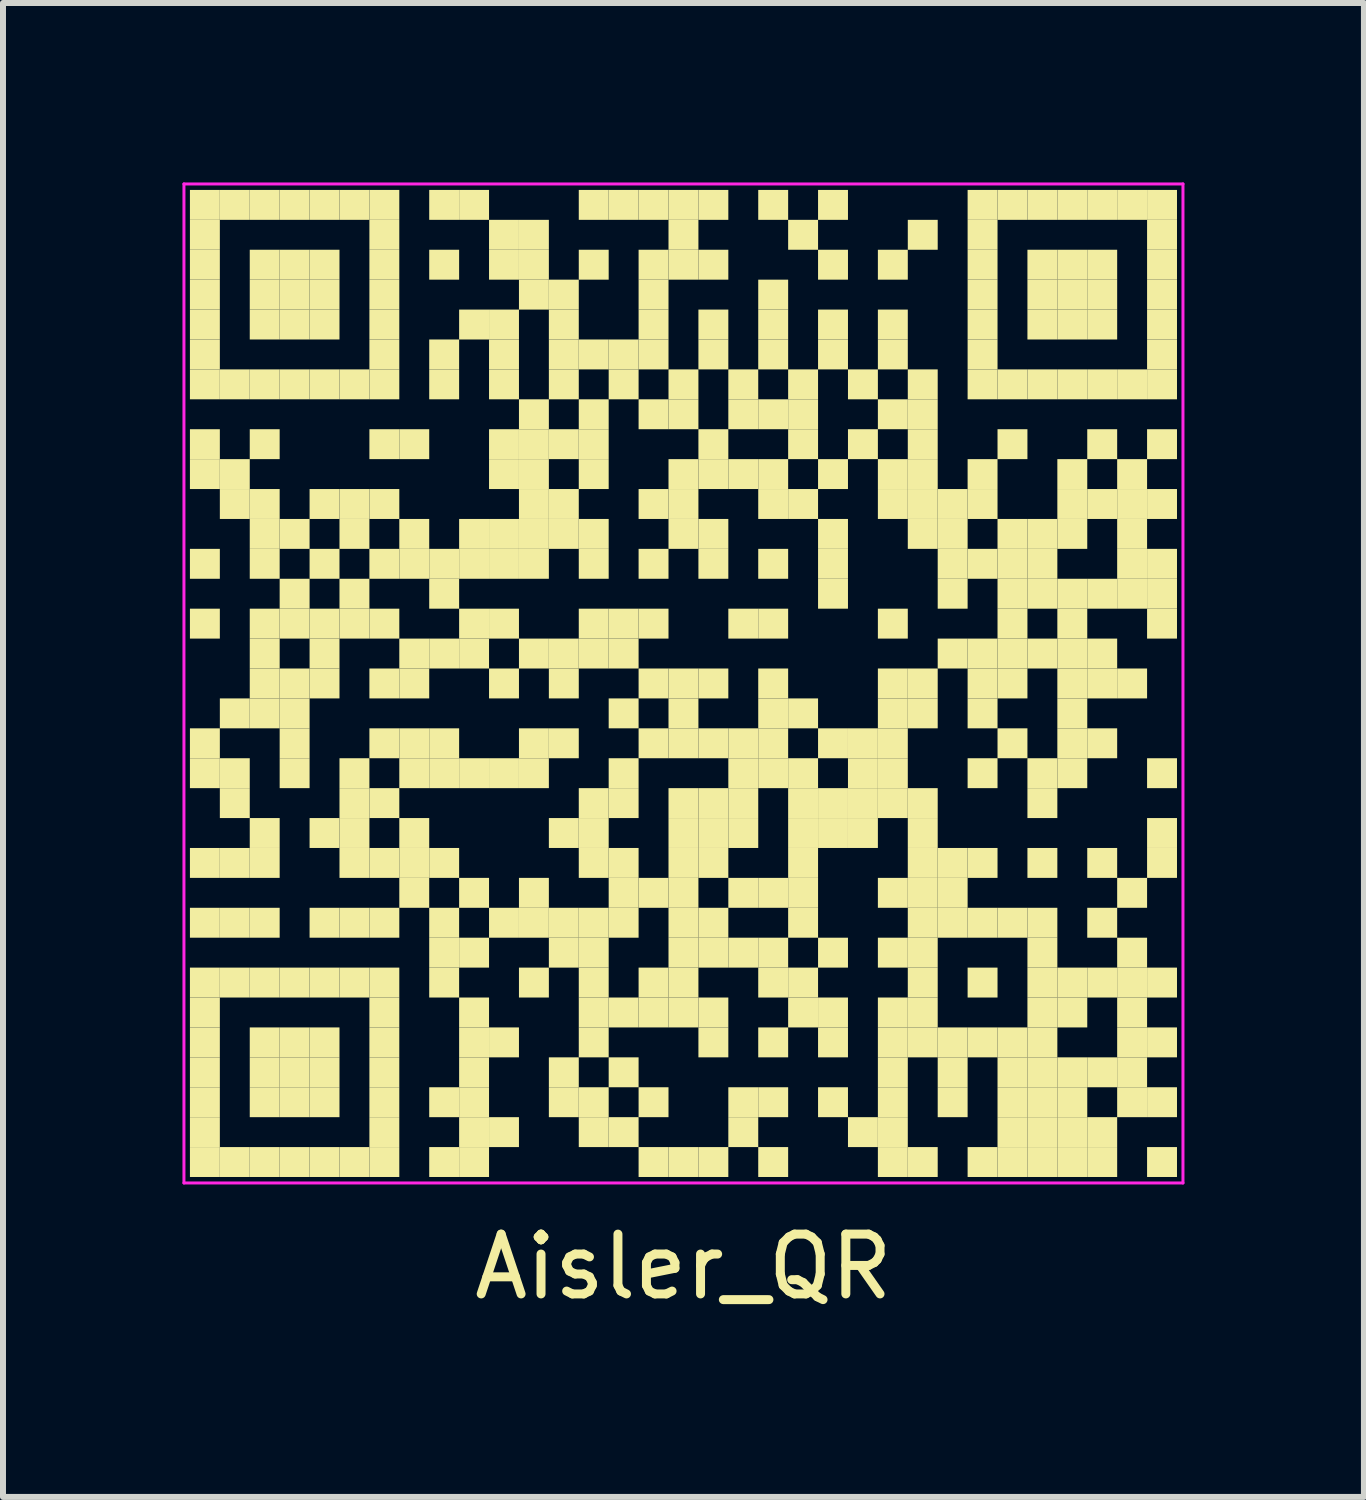
<source format=kicad_pcb>
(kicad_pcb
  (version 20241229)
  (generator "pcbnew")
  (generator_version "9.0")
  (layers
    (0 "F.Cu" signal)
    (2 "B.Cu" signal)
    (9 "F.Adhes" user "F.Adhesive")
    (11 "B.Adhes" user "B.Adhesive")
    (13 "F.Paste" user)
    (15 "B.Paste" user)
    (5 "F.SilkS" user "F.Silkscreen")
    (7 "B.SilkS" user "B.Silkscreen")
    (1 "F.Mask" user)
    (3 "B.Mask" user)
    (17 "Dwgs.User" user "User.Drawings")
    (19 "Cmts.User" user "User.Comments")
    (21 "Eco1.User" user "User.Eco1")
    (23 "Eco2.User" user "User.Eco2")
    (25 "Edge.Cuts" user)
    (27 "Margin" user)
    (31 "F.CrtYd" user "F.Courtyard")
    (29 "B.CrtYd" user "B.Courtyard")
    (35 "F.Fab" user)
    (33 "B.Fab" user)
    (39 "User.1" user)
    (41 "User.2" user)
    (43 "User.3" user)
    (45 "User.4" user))
  (footprint "Aisler_QR"
    (layer "F.Cu")
    (at 8.375 8.375)
    (property "Reference" "Aisler_QR" (at 0 9.75 0) (layer "F.SilkS") (effects (font (size 1 1) (thickness 0.15))))
    (fp_rect (start -8.25 -8.25) (end -7.75 -7.75) (stroke (width 0) (type solid)) (fill yes) (layer "F.SilkS"))
    (fp_rect (start -8.25 -7.75) (end -7.75 -7.25) (stroke (width 0) (type solid)) (fill yes) (layer "F.SilkS"))
    (fp_rect (start -8.25 -7.25) (end -7.75 -6.75) (stroke (width 0) (type solid)) (fill yes) (layer "F.SilkS"))
    (fp_rect (start -8.25 -6.75) (end -7.75 -6.25) (stroke (width 0) (type solid)) (fill yes) (layer "F.SilkS"))
    (fp_rect (start -8.25 -6.25) (end -7.75 -5.75) (stroke (width 0) (type solid)) (fill yes) (layer "F.SilkS"))
    (fp_rect (start -8.25 -5.75) (end -7.75 -5.25) (stroke (width 0) (type solid)) (fill yes) (layer "F.SilkS"))
    (fp_rect (start -8.25 -5.25) (end -7.75 -4.75) (stroke (width 0) (type solid)) (fill yes) (layer "F.SilkS"))
    (fp_rect (start -8.25 -4.25) (end -7.75 -3.75) (stroke (width 0) (type solid)) (fill yes) (layer "F.SilkS"))
    (fp_rect (start -8.25 -3.75) (end -7.75 -3.25) (stroke (width 0) (type solid)) (fill yes) (layer "F.SilkS"))
    (fp_rect (start -8.25 -2.25) (end -7.75 -1.75) (stroke (width 0) (type solid)) (fill yes) (layer "F.SilkS"))
    (fp_rect (start -8.25 -1.25) (end -7.75 -0.75) (stroke (width 0) (type solid)) (fill yes) (layer "F.SilkS"))
    (fp_rect (start -8.25 0.75) (end -7.75 1.25) (stroke (width 0) (type solid)) (fill yes) (layer "F.SilkS"))
    (fp_rect (start -8.25 1.25) (end -7.75 1.75) (stroke (width 0) (type solid)) (fill yes) (layer "F.SilkS"))
    (fp_rect (start -8.25 2.75) (end -7.75 3.25) (stroke (width 0) (type solid)) (fill yes) (layer "F.SilkS"))
    (fp_rect (start -8.25 3.75) (end -7.75 4.25) (stroke (width 0) (type solid)) (fill yes) (layer "F.SilkS"))
    (fp_rect (start -8.25 4.75) (end -7.75 5.25) (stroke (width 0) (type solid)) (fill yes) (layer "F.SilkS"))
    (fp_rect (start -8.25 5.25) (end -7.75 5.75) (stroke (width 0) (type solid)) (fill yes) (layer "F.SilkS"))
    (fp_rect (start -8.25 5.75) (end -7.75 6.25) (stroke (width 0) (type solid)) (fill yes) (layer "F.SilkS"))
    (fp_rect (start -8.25 6.25) (end -7.75 6.75) (stroke (width 0) (type solid)) (fill yes) (layer "F.SilkS"))
    (fp_rect (start -8.25 6.75) (end -7.75 7.25) (stroke (width 0) (type solid)) (fill yes) (layer "F.SilkS"))
    (fp_rect (start -8.25 7.25) (end -7.75 7.75) (stroke (width 0) (type solid)) (fill yes) (layer "F.SilkS"))
    (fp_rect (start -8.25 7.75) (end -7.75 8.25) (stroke (width 0) (type solid)) (fill yes) (layer "F.SilkS"))
    (fp_rect (start -7.75 -8.25) (end -7.25 -7.75) (stroke (width 0) (type solid)) (fill yes) (layer "F.SilkS"))
    (fp_rect (start -7.75 -5.25) (end -7.25 -4.75) (stroke (width 0) (type solid)) (fill yes) (layer "F.SilkS"))
    (fp_rect (start -7.75 -3.75) (end -7.25 -3.25) (stroke (width 0) (type solid)) (fill yes) (layer "F.SilkS"))
    (fp_rect (start -7.75 -3.25) (end -7.25 -2.75) (stroke (width 0) (type solid)) (fill yes) (layer "F.SilkS"))
    (fp_rect (start -7.75 0.25) (end -7.25 0.75) (stroke (width 0) (type solid)) (fill yes) (layer "F.SilkS"))
    (fp_rect (start -7.75 1.25) (end -7.25 1.75) (stroke (width 0) (type solid)) (fill yes) (layer "F.SilkS"))
    (fp_rect (start -7.75 1.75) (end -7.25 2.25) (stroke (width 0) (type solid)) (fill yes) (layer "F.SilkS"))
    (fp_rect (start -7.75 2.75) (end -7.25 3.25) (stroke (width 0) (type solid)) (fill yes) (layer "F.SilkS"))
    (fp_rect (start -7.75 3.75) (end -7.25 4.25) (stroke (width 0) (type solid)) (fill yes) (layer "F.SilkS"))
    (fp_rect (start -7.75 4.75) (end -7.25 5.25) (stroke (width 0) (type solid)) (fill yes) (layer "F.SilkS"))
    (fp_rect (start -7.75 7.75) (end -7.25 8.25) (stroke (width 0) (type solid)) (fill yes) (layer "F.SilkS"))
    (fp_rect (start -7.25 -8.25) (end -6.75 -7.75) (stroke (width 0) (type solid)) (fill yes) (layer "F.SilkS"))
    (fp_rect (start -7.25 -7.25) (end -6.75 -6.75) (stroke (width 0) (type solid)) (fill yes) (layer "F.SilkS"))
    (fp_rect (start -7.25 -6.75) (end -6.75 -6.25) (stroke (width 0) (type solid)) (fill yes) (layer "F.SilkS"))
    (fp_rect (start -7.25 -6.25) (end -6.75 -5.75) (stroke (width 0) (type solid)) (fill yes) (layer "F.SilkS"))
    (fp_rect (start -7.25 -5.25) (end -6.75 -4.75) (stroke (width 0) (type solid)) (fill yes) (layer "F.SilkS"))
    (fp_rect (start -7.25 -4.25) (end -6.75 -3.75) (stroke (width 0) (type solid)) (fill yes) (layer "F.SilkS"))
    (fp_rect (start -7.25 -3.25) (end -6.75 -2.75) (stroke (width 0) (type solid)) (fill yes) (layer "F.SilkS"))
    (fp_rect (start -7.25 -2.75) (end -6.75 -2.25) (stroke (width 0) (type solid)) (fill yes) (layer "F.SilkS"))
    (fp_rect (start -7.25 -2.25) (end -6.75 -1.75) (stroke (width 0) (type solid)) (fill yes) (layer "F.SilkS"))
    (fp_rect (start -7.25 -1.25) (end -6.75 -0.75) (stroke (width 0) (type solid)) (fill yes) (layer "F.SilkS"))
    (fp_rect (start -7.25 -0.75) (end -6.75 -0.25) (stroke (width 0) (type solid)) (fill yes) (layer "F.SilkS"))
    (fp_rect (start -7.25 -0.25) (end -6.75 0.25) (stroke (width 0) (type solid)) (fill yes) (layer "F.SilkS"))
    (fp_rect (start -7.25 0.25) (end -6.75 0.75) (stroke (width 0) (type solid)) (fill yes) (layer "F.SilkS"))
    (fp_rect (start -7.25 2.25) (end -6.75 2.75) (stroke (width 0) (type solid)) (fill yes) (layer "F.SilkS"))
    (fp_rect (start -7.25 2.75) (end -6.75 3.25) (stroke (width 0) (type solid)) (fill yes) (layer "F.SilkS"))
    (fp_rect (start -7.25 3.75) (end -6.75 4.25) (stroke (width 0) (type solid)) (fill yes) (layer "F.SilkS"))
    (fp_rect (start -7.25 4.75) (end -6.75 5.25) (stroke (width 0) (type solid)) (fill yes) (layer "F.SilkS"))
    (fp_rect (start -7.25 5.75) (end -6.75 6.25) (stroke (width 0) (type solid)) (fill yes) (layer "F.SilkS"))
    (fp_rect (start -7.25 6.25) (end -6.75 6.75) (stroke (width 0) (type solid)) (fill yes) (layer "F.SilkS"))
    (fp_rect (start -7.25 6.75) (end -6.75 7.25) (stroke (width 0) (type solid)) (fill yes) (layer "F.SilkS"))
    (fp_rect (start -7.25 7.75) (end -6.75 8.25) (stroke (width 0) (type solid)) (fill yes) (layer "F.SilkS"))
    (fp_rect (start -6.75 -8.25) (end -6.25 -7.75) (stroke (width 0) (type solid)) (fill yes) (layer "F.SilkS"))
    (fp_rect (start -6.75 -7.25) (end -6.25 -6.75) (stroke (width 0) (type solid)) (fill yes) (layer "F.SilkS"))
    (fp_rect (start -6.75 -6.75) (end -6.25 -6.25) (stroke (width 0) (type solid)) (fill yes) (layer "F.SilkS"))
    (fp_rect (start -6.75 -6.25) (end -6.25 -5.75) (stroke (width 0) (type solid)) (fill yes) (layer "F.SilkS"))
    (fp_rect (start -6.75 -5.25) (end -6.25 -4.75) (stroke (width 0) (type solid)) (fill yes) (layer "F.SilkS"))
    (fp_rect (start -6.75 -2.75) (end -6.25 -2.25) (stroke (width 0) (type solid)) (fill yes) (layer "F.SilkS"))
    (fp_rect (start -6.75 -1.75) (end -6.25 -1.25) (stroke (width 0) (type solid)) (fill yes) (layer "F.SilkS"))
    (fp_rect (start -6.75 -1.25) (end -6.25 -0.75) (stroke (width 0) (type solid)) (fill yes) (layer "F.SilkS"))
    (fp_rect (start -6.75 -0.25) (end -6.25 0.25) (stroke (width 0) (type solid)) (fill yes) (layer "F.SilkS"))
    (fp_rect (start -6.75 0.25) (end -6.25 0.75) (stroke (width 0) (type solid)) (fill yes) (layer "F.SilkS"))
    (fp_rect (start -6.75 0.75) (end -6.25 1.25) (stroke (width 0) (type solid)) (fill yes) (layer "F.SilkS"))
    (fp_rect (start -6.75 1.25) (end -6.25 1.75) (stroke (width 0) (type solid)) (fill yes) (layer "F.SilkS"))
    (fp_rect (start -6.75 4.75) (end -6.25 5.25) (stroke (width 0) (type solid)) (fill yes) (layer "F.SilkS"))
    (fp_rect (start -6.75 5.75) (end -6.25 6.25) (stroke (width 0) (type solid)) (fill yes) (layer "F.SilkS"))
    (fp_rect (start -6.75 6.25) (end -6.25 6.75) (stroke (width 0) (type solid)) (fill yes) (layer "F.SilkS"))
    (fp_rect (start -6.75 6.75) (end -6.25 7.25) (stroke (width 0) (type solid)) (fill yes) (layer "F.SilkS"))
    (fp_rect (start -6.75 7.75) (end -6.25 8.25) (stroke (width 0) (type solid)) (fill yes) (layer "F.SilkS"))
    (fp_rect (start -6.25 -8.25) (end -5.75 -7.75) (stroke (width 0) (type solid)) (fill yes) (layer "F.SilkS"))
    (fp_rect (start -6.25 -7.25) (end -5.75 -6.75) (stroke (width 0) (type solid)) (fill yes) (layer "F.SilkS"))
    (fp_rect (start -6.25 -6.75) (end -5.75 -6.25) (stroke (width 0) (type solid)) (fill yes) (layer "F.SilkS"))
    (fp_rect (start -6.25 -6.25) (end -5.75 -5.75) (stroke (width 0) (type solid)) (fill yes) (layer "F.SilkS"))
    (fp_rect (start -6.25 -5.25) (end -5.75 -4.75) (stroke (width 0) (type solid)) (fill yes) (layer "F.SilkS"))
    (fp_rect (start -6.25 -3.25) (end -5.75 -2.75) (stroke (width 0) (type solid)) (fill yes) (layer "F.SilkS"))
    (fp_rect (start -6.25 -2.25) (end -5.75 -1.75) (stroke (width 0) (type solid)) (fill yes) (layer "F.SilkS"))
    (fp_rect (start -6.25 -1.25) (end -5.75 -0.75) (stroke (width 0) (type solid)) (fill yes) (layer "F.SilkS"))
    (fp_rect (start -6.25 -0.75) (end -5.75 -0.25) (stroke (width 0) (type solid)) (fill yes) (layer "F.SilkS"))
    (fp_rect (start -6.25 -0.25) (end -5.75 0.25) (stroke (width 0) (type solid)) (fill yes) (layer "F.SilkS"))
    (fp_rect (start -6.25 2.25) (end -5.75 2.75) (stroke (width 0) (type solid)) (fill yes) (layer "F.SilkS"))
    (fp_rect (start -6.25 3.75) (end -5.75 4.25) (stroke (width 0) (type solid)) (fill yes) (layer "F.SilkS"))
    (fp_rect (start -6.25 4.75) (end -5.75 5.25) (stroke (width 0) (type solid)) (fill yes) (layer "F.SilkS"))
    (fp_rect (start -6.25 5.75) (end -5.75 6.25) (stroke (width 0) (type solid)) (fill yes) (layer "F.SilkS"))
    (fp_rect (start -6.25 6.25) (end -5.75 6.75) (stroke (width 0) (type solid)) (fill yes) (layer "F.SilkS"))
    (fp_rect (start -6.25 6.75) (end -5.75 7.25) (stroke (width 0) (type solid)) (fill yes) (layer "F.SilkS"))
    (fp_rect (start -6.25 7.75) (end -5.75 8.25) (stroke (width 0) (type solid)) (fill yes) (layer "F.SilkS"))
    (fp_rect (start -5.75 -8.25) (end -5.25 -7.75) (stroke (width 0) (type solid)) (fill yes) (layer "F.SilkS"))
    (fp_rect (start -5.75 -5.25) (end -5.25 -4.75) (stroke (width 0) (type solid)) (fill yes) (layer "F.SilkS"))
    (fp_rect (start -5.75 -3.25) (end -5.25 -2.75) (stroke (width 0) (type solid)) (fill yes) (layer "F.SilkS"))
    (fp_rect (start -5.75 -2.75) (end -5.25 -2.25) (stroke (width 0) (type solid)) (fill yes) (layer "F.SilkS"))
    (fp_rect (start -5.75 -1.75) (end -5.25 -1.25) (stroke (width 0) (type solid)) (fill yes) (layer "F.SilkS"))
    (fp_rect (start -5.75 -1.25) (end -5.25 -0.75) (stroke (width 0) (type solid)) (fill yes) (layer "F.SilkS"))
    (fp_rect (start -5.75 1.25) (end -5.25 1.75) (stroke (width 0) (type solid)) (fill yes) (layer "F.SilkS"))
    (fp_rect (start -5.75 1.75) (end -5.25 2.25) (stroke (width 0) (type solid)) (fill yes) (layer "F.SilkS"))
    (fp_rect (start -5.75 2.25) (end -5.25 2.75) (stroke (width 0) (type solid)) (fill yes) (layer "F.SilkS"))
    (fp_rect (start -5.75 2.75) (end -5.25 3.25) (stroke (width 0) (type solid)) (fill yes) (layer "F.SilkS"))
    (fp_rect (start -5.75 3.75) (end -5.25 4.25) (stroke (width 0) (type solid)) (fill yes) (layer "F.SilkS"))
    (fp_rect (start -5.75 4.75) (end -5.25 5.25) (stroke (width 0) (type solid)) (fill yes) (layer "F.SilkS"))
    (fp_rect (start -5.75 7.75) (end -5.25 8.25) (stroke (width 0) (type solid)) (fill yes) (layer "F.SilkS"))
    (fp_rect (start -5.25 -8.25) (end -4.75 -7.75) (stroke (width 0) (type solid)) (fill yes) (layer "F.SilkS"))
    (fp_rect (start -5.25 -7.75) (end -4.75 -7.25) (stroke (width 0) (type solid)) (fill yes) (layer "F.SilkS"))
    (fp_rect (start -5.25 -7.25) (end -4.75 -6.75) (stroke (width 0) (type solid)) (fill yes) (layer "F.SilkS"))
    (fp_rect (start -5.25 -6.75) (end -4.75 -6.25) (stroke (width 0) (type solid)) (fill yes) (layer "F.SilkS"))
    (fp_rect (start -5.25 -6.25) (end -4.75 -5.75) (stroke (width 0) (type solid)) (fill yes) (layer "F.SilkS"))
    (fp_rect (start -5.25 -5.75) (end -4.75 -5.25) (stroke (width 0) (type solid)) (fill yes) (layer "F.SilkS"))
    (fp_rect (start -5.25 -5.25) (end -4.75 -4.75) (stroke (width 0) (type solid)) (fill yes) (layer "F.SilkS"))
    (fp_rect (start -5.25 -4.25) (end -4.75 -3.75) (stroke (width 0) (type solid)) (fill yes) (layer "F.SilkS"))
    (fp_rect (start -5.25 -3.25) (end -4.75 -2.75) (stroke (width 0) (type solid)) (fill yes) (layer "F.SilkS"))
    (fp_rect (start -5.25 -2.25) (end -4.75 -1.75) (stroke (width 0) (type solid)) (fill yes) (layer "F.SilkS"))
    (fp_rect (start -5.25 -1.25) (end -4.75 -0.75) (stroke (width 0) (type solid)) (fill yes) (layer "F.SilkS"))
    (fp_rect (start -5.25 -0.25) (end -4.75 0.25) (stroke (width 0) (type solid)) (fill yes) (layer "F.SilkS"))
    (fp_rect (start -5.25 0.75) (end -4.75 1.25) (stroke (width 0) (type solid)) (fill yes) (layer "F.SilkS"))
    (fp_rect (start -5.25 1.75) (end -4.75 2.25) (stroke (width 0) (type solid)) (fill yes) (layer "F.SilkS"))
    (fp_rect (start -5.25 2.75) (end -4.75 3.25) (stroke (width 0) (type solid)) (fill yes) (layer "F.SilkS"))
    (fp_rect (start -5.25 3.75) (end -4.75 4.25) (stroke (width 0) (type solid)) (fill yes) (layer "F.SilkS"))
    (fp_rect (start -5.25 4.75) (end -4.75 5.25) (stroke (width 0) (type solid)) (fill yes) (layer "F.SilkS"))
    (fp_rect (start -5.25 5.25) (end -4.75 5.75) (stroke (width 0) (type solid)) (fill yes) (layer "F.SilkS"))
    (fp_rect (start -5.25 5.75) (end -4.75 6.25) (stroke (width 0) (type solid)) (fill yes) (layer "F.SilkS"))
    (fp_rect (start -5.25 6.25) (end -4.75 6.75) (stroke (width 0) (type solid)) (fill yes) (layer "F.SilkS"))
    (fp_rect (start -5.25 6.75) (end -4.75 7.25) (stroke (width 0) (type solid)) (fill yes) (layer "F.SilkS"))
    (fp_rect (start -5.25 7.25) (end -4.75 7.75) (stroke (width 0) (type solid)) (fill yes) (layer "F.SilkS"))
    (fp_rect (start -5.25 7.75) (end -4.75 8.25) (stroke (width 0) (type solid)) (fill yes) (layer "F.SilkS"))
    (fp_rect (start -4.75 -4.25) (end -4.25 -3.75) (stroke (width 0) (type solid)) (fill yes) (layer "F.SilkS"))
    (fp_rect (start -4.75 -2.75) (end -4.25 -2.25) (stroke (width 0) (type solid)) (fill yes) (layer "F.SilkS"))
    (fp_rect (start -4.75 -2.25) (end -4.25 -1.75) (stroke (width 0) (type solid)) (fill yes) (layer "F.SilkS"))
    (fp_rect (start -4.75 -0.75) (end -4.25 -0.25) (stroke (width 0) (type solid)) (fill yes) (layer "F.SilkS"))
    (fp_rect (start -4.75 -0.25) (end -4.25 0.25) (stroke (width 0) (type solid)) (fill yes) (layer "F.SilkS"))
    (fp_rect (start -4.75 0.75) (end -4.25 1.25) (stroke (width 0) (type solid)) (fill yes) (layer "F.SilkS"))
    (fp_rect (start -4.75 1.25) (end -4.25 1.75) (stroke (width 0) (type solid)) (fill yes) (layer "F.SilkS"))
    (fp_rect (start -4.75 2.25) (end -4.25 2.75) (stroke (width 0) (type solid)) (fill yes) (layer "F.SilkS"))
    (fp_rect (start -4.75 2.75) (end -4.25 3.25) (stroke (width 0) (type solid)) (fill yes) (layer "F.SilkS"))
    (fp_rect (start -4.75 3.25) (end -4.25 3.75) (stroke (width 0) (type solid)) (fill yes) (layer "F.SilkS"))
    (fp_rect (start -4.25 -8.25) (end -3.75 -7.75) (stroke (width 0) (type solid)) (fill yes) (layer "F.SilkS"))
    (fp_rect (start -4.25 -7.25) (end -3.75 -6.75) (stroke (width 0) (type solid)) (fill yes) (layer "F.SilkS"))
    (fp_rect (start -4.25 -5.75) (end -3.75 -5.25) (stroke (width 0) (type solid)) (fill yes) (layer "F.SilkS"))
    (fp_rect (start -4.25 -5.25) (end -3.75 -4.75) (stroke (width 0) (type solid)) (fill yes) (layer "F.SilkS"))
    (fp_rect (start -4.25 -2.25) (end -3.75 -1.75) (stroke (width 0) (type solid)) (fill yes) (layer "F.SilkS"))
    (fp_rect (start -4.25 -1.75) (end -3.75 -1.25) (stroke (width 0) (type solid)) (fill yes) (layer "F.SilkS"))
    (fp_rect (start -4.25 -0.75) (end -3.75 -0.25) (stroke (width 0) (type solid)) (fill yes) (layer "F.SilkS"))
    (fp_rect (start -4.25 0.75) (end -3.75 1.25) (stroke (width 0) (type solid)) (fill yes) (layer "F.SilkS"))
    (fp_rect (start -4.25 1.25) (end -3.75 1.75) (stroke (width 0) (type solid)) (fill yes) (layer "F.SilkS"))
    (fp_rect (start -4.25 2.75) (end -3.75 3.25) (stroke (width 0) (type solid)) (fill yes) (layer "F.SilkS"))
    (fp_rect (start -4.25 3.75) (end -3.75 4.25) (stroke (width 0) (type solid)) (fill yes) (layer "F.SilkS"))
    (fp_rect (start -4.25 4.25) (end -3.75 4.75) (stroke (width 0) (type solid)) (fill yes) (layer "F.SilkS"))
    (fp_rect (start -4.25 4.75) (end -3.75 5.25) (stroke (width 0) (type solid)) (fill yes) (layer "F.SilkS"))
    (fp_rect (start -4.25 6.75) (end -3.75 7.25) (stroke (width 0) (type solid)) (fill yes) (layer "F.SilkS"))
    (fp_rect (start -4.25 7.75) (end -3.75 8.25) (stroke (width 0) (type solid)) (fill yes) (layer "F.SilkS"))
    (fp_rect (start -3.75 -8.25) (end -3.25 -7.75) (stroke (width 0) (type solid)) (fill yes) (layer "F.SilkS"))
    (fp_rect (start -3.75 -6.25) (end -3.25 -5.75) (stroke (width 0) (type solid)) (fill yes) (layer "F.SilkS"))
    (fp_rect (start -3.75 -2.75) (end -3.25 -2.25) (stroke (width 0) (type solid)) (fill yes) (layer "F.SilkS"))
    (fp_rect (start -3.75 -2.25) (end -3.25 -1.75) (stroke (width 0) (type solid)) (fill yes) (layer "F.SilkS"))
    (fp_rect (start -3.75 -1.25) (end -3.25 -0.75) (stroke (width 0) (type solid)) (fill yes) (layer "F.SilkS"))
    (fp_rect (start -3.75 -0.75) (end -3.25 -0.25) (stroke (width 0) (type solid)) (fill yes) (layer "F.SilkS"))
    (fp_rect (start -3.75 1.25) (end -3.25 1.75) (stroke (width 0) (type solid)) (fill yes) (layer "F.SilkS"))
    (fp_rect (start -3.75 3.25) (end -3.25 3.75) (stroke (width 0) (type solid)) (fill yes) (layer "F.SilkS"))
    (fp_rect (start -3.75 4.25) (end -3.25 4.75) (stroke (width 0) (type solid)) (fill yes) (layer "F.SilkS"))
    (fp_rect (start -3.75 5.25) (end -3.25 5.75) (stroke (width 0) (type solid)) (fill yes) (layer "F.SilkS"))
    (fp_rect (start -3.75 5.75) (end -3.25 6.25) (stroke (width 0) (type solid)) (fill yes) (layer "F.SilkS"))
    (fp_rect (start -3.75 6.25) (end -3.25 6.75) (stroke (width 0) (type solid)) (fill yes) (layer "F.SilkS"))
    (fp_rect (start -3.75 6.75) (end -3.25 7.25) (stroke (width 0) (type solid)) (fill yes) (layer "F.SilkS"))
    (fp_rect (start -3.75 7.25) (end -3.25 7.75) (stroke (width 0) (type solid)) (fill yes) (layer "F.SilkS"))
    (fp_rect (start -3.75 7.75) (end -3.25 8.25) (stroke (width 0) (type solid)) (fill yes) (layer "F.SilkS"))
    (fp_rect (start -3.25 -7.75) (end -2.75 -7.25) (stroke (width 0) (type solid)) (fill yes) (layer "F.SilkS"))
    (fp_rect (start -3.25 -7.25) (end -2.75 -6.75) (stroke (width 0) (type solid)) (fill yes) (layer "F.SilkS"))
    (fp_rect (start -3.25 -6.25) (end -2.75 -5.75) (stroke (width 0) (type solid)) (fill yes) (layer "F.SilkS"))
    (fp_rect (start -3.25 -5.75) (end -2.75 -5.25) (stroke (width 0) (type solid)) (fill yes) (layer "F.SilkS"))
    (fp_rect (start -3.25 -5.25) (end -2.75 -4.75) (stroke (width 0) (type solid)) (fill yes) (layer "F.SilkS"))
    (fp_rect (start -3.25 -4.25) (end -2.75 -3.75) (stroke (width 0) (type solid)) (fill yes) (layer "F.SilkS"))
    (fp_rect (start -3.25 -3.75) (end -2.75 -3.25) (stroke (width 0) (type solid)) (fill yes) (layer "F.SilkS"))
    (fp_rect (start -3.25 -2.75) (end -2.75 -2.25) (stroke (width 0) (type solid)) (fill yes) (layer "F.SilkS"))
    (fp_rect (start -3.25 -2.25) (end -2.75 -1.75) (stroke (width 0) (type solid)) (fill yes) (layer "F.SilkS"))
    (fp_rect (start -3.25 -1.25) (end -2.75 -0.75) (stroke (width 0) (type solid)) (fill yes) (layer "F.SilkS"))
    (fp_rect (start -3.25 -0.25) (end -2.75 0.25) (stroke (width 0) (type solid)) (fill yes) (layer "F.SilkS"))
    (fp_rect (start -3.25 1.25) (end -2.75 1.75) (stroke (width 0) (type solid)) (fill yes) (layer "F.SilkS"))
    (fp_rect (start -3.25 3.75) (end -2.75 4.25) (stroke (width 0) (type solid)) (fill yes) (layer "F.SilkS"))
    (fp_rect (start -3.25 5.75) (end -2.75 6.25) (stroke (width 0) (type solid)) (fill yes) (layer "F.SilkS"))
    (fp_rect (start -3.25 7.25) (end -2.75 7.75) (stroke (width 0) (type solid)) (fill yes) (layer "F.SilkS"))
    (fp_rect (start -2.75 -7.75) (end -2.25 -7.25) (stroke (width 0) (type solid)) (fill yes) (layer "F.SilkS"))
    (fp_rect (start -2.75 -7.25) (end -2.25 -6.75) (stroke (width 0) (type solid)) (fill yes) (layer "F.SilkS"))
    (fp_rect (start -2.75 -6.75) (end -2.25 -6.25) (stroke (width 0) (type solid)) (fill yes) (layer "F.SilkS"))
    (fp_rect (start -2.75 -4.75) (end -2.25 -4.25) (stroke (width 0) (type solid)) (fill yes) (layer "F.SilkS"))
    (fp_rect (start -2.75 -4.25) (end -2.25 -3.75) (stroke (width 0) (type solid)) (fill yes) (layer "F.SilkS"))
    (fp_rect (start -2.75 -3.75) (end -2.25 -3.25) (stroke (width 0) (type solid)) (fill yes) (layer "F.SilkS"))
    (fp_rect (start -2.75 -3.25) (end -2.25 -2.75) (stroke (width 0) (type solid)) (fill yes) (layer "F.SilkS"))
    (fp_rect (start -2.75 -2.75) (end -2.25 -2.25) (stroke (width 0) (type solid)) (fill yes) (layer "F.SilkS"))
    (fp_rect (start -2.75 -2.25) (end -2.25 -1.75) (stroke (width 0) (type solid)) (fill yes) (layer "F.SilkS"))
    (fp_rect (start -2.75 -0.75) (end -2.25 -0.25) (stroke (width 0) (type solid)) (fill yes) (layer "F.SilkS"))
    (fp_rect (start -2.75 0.75) (end -2.25 1.25) (stroke (width 0) (type solid)) (fill yes) (layer "F.SilkS"))
    (fp_rect (start -2.75 1.25) (end -2.25 1.75) (stroke (width 0) (type solid)) (fill yes) (layer "F.SilkS"))
    (fp_rect (start -2.75 3.25) (end -2.25 3.75) (stroke (width 0) (type solid)) (fill yes) (layer "F.SilkS"))
    (fp_rect (start -2.75 3.75) (end -2.25 4.25) (stroke (width 0) (type solid)) (fill yes) (layer "F.SilkS"))
    (fp_rect (start -2.75 4.75) (end -2.25 5.25) (stroke (width 0) (type solid)) (fill yes) (layer "F.SilkS"))
    (fp_rect (start -2.25 -6.75) (end -1.75 -6.25) (stroke (width 0) (type solid)) (fill yes) (layer "F.SilkS"))
    (fp_rect (start -2.25 -6.25) (end -1.75 -5.75) (stroke (width 0) (type solid)) (fill yes) (layer "F.SilkS"))
    (fp_rect (start -2.25 -5.75) (end -1.75 -5.25) (stroke (width 0) (type solid)) (fill yes) (layer "F.SilkS"))
    (fp_rect (start -2.25 -5.25) (end -1.75 -4.75) (stroke (width 0) (type solid)) (fill yes) (layer "F.SilkS"))
    (fp_rect (start -2.25 -4.25) (end -1.75 -3.75) (stroke (width 0) (type solid)) (fill yes) (layer "F.SilkS"))
    (fp_rect (start -2.25 -3.25) (end -1.75 -2.75) (stroke (width 0) (type solid)) (fill yes) (layer "F.SilkS"))
    (fp_rect (start -2.25 -2.75) (end -1.75 -2.25) (stroke (width 0) (type solid)) (fill yes) (layer "F.SilkS"))
    (fp_rect (start -2.25 -0.75) (end -1.75 -0.25) (stroke (width 0) (type solid)) (fill yes) (layer "F.SilkS"))
    (fp_rect (start -2.25 -0.25) (end -1.75 0.25) (stroke (width 0) (type solid)) (fill yes) (layer "F.SilkS"))
    (fp_rect (start -2.25 0.75) (end -1.75 1.25) (stroke (width 0) (type solid)) (fill yes) (layer "F.SilkS"))
    (fp_rect (start -2.25 2.25) (end -1.75 2.75) (stroke (width 0) (type solid)) (fill yes) (layer "F.SilkS"))
    (fp_rect (start -2.25 3.75) (end -1.75 4.25) (stroke (width 0) (type solid)) (fill yes) (layer "F.SilkS"))
    (fp_rect (start -2.25 4.25) (end -1.75 4.75) (stroke (width 0) (type solid)) (fill yes) (layer "F.SilkS"))
    (fp_rect (start -2.25 6.25) (end -1.75 6.75) (stroke (width 0) (type solid)) (fill yes) (layer "F.SilkS"))
    (fp_rect (start -2.25 6.75) (end -1.75 7.25) (stroke (width 0) (type solid)) (fill yes) (layer "F.SilkS"))
    (fp_rect (start -1.75 -8.25) (end -1.25 -7.75) (stroke (width 0) (type solid)) (fill yes) (layer "F.SilkS"))
    (fp_rect (start -1.75 -7.25) (end -1.25 -6.75) (stroke (width 0) (type solid)) (fill yes) (layer "F.SilkS"))
    (fp_rect (start -1.75 -5.75) (end -1.25 -5.25) (stroke (width 0) (type solid)) (fill yes) (layer "F.SilkS"))
    (fp_rect (start -1.75 -4.75) (end -1.25 -4.25) (stroke (width 0) (type solid)) (fill yes) (layer "F.SilkS"))
    (fp_rect (start -1.75 -4.25) (end -1.25 -3.75) (stroke (width 0) (type solid)) (fill yes) (layer "F.SilkS"))
    (fp_rect (start -1.75 -3.75) (end -1.25 -3.25) (stroke (width 0) (type solid)) (fill yes) (layer "F.SilkS"))
    (fp_rect (start -1.75 -2.75) (end -1.25 -2.25) (stroke (width 0) (type solid)) (fill yes) (layer "F.SilkS"))
    (fp_rect (start -1.75 -2.25) (end -1.25 -1.75) (stroke (width 0) (type solid)) (fill yes) (layer "F.SilkS"))
    (fp_rect (start -1.75 -1.25) (end -1.25 -0.75) (stroke (width 0) (type solid)) (fill yes) (layer "F.SilkS"))
    (fp_rect (start -1.75 -0.75) (end -1.25 -0.25) (stroke (width 0) (type solid)) (fill yes) (layer "F.SilkS"))
    (fp_rect (start -1.75 1.75) (end -1.25 2.25) (stroke (width 0) (type solid)) (fill yes) (layer "F.SilkS"))
    (fp_rect (start -1.75 2.25) (end -1.25 2.75) (stroke (width 0) (type solid)) (fill yes) (layer "F.SilkS"))
    (fp_rect (start -1.75 2.75) (end -1.25 3.25) (stroke (width 0) (type solid)) (fill yes) (layer "F.SilkS"))
    (fp_rect (start -1.75 3.75) (end -1.25 4.25) (stroke (width 0) (type solid)) (fill yes) (layer "F.SilkS"))
    (fp_rect (start -1.75 4.25) (end -1.25 4.75) (stroke (width 0) (type solid)) (fill yes) (layer "F.SilkS"))
    (fp_rect (start -1.75 4.75) (end -1.25 5.25) (stroke (width 0) (type solid)) (fill yes) (layer "F.SilkS"))
    (fp_rect (start -1.75 5.25) (end -1.25 5.75) (stroke (width 0) (type solid)) (fill yes) (layer "F.SilkS"))
    (fp_rect (start -1.75 5.75) (end -1.25 6.25) (stroke (width 0) (type solid)) (fill yes) (layer "F.SilkS"))
    (fp_rect (start -1.75 6.75) (end -1.25 7.25) (stroke (width 0) (type solid)) (fill yes) (layer "F.SilkS"))
    (fp_rect (start -1.75 7.25) (end -1.25 7.75) (stroke (width 0) (type solid)) (fill yes) (layer "F.SilkS"))
    (fp_rect (start -1.25 -8.25) (end -0.75 -7.75) (stroke (width 0) (type solid)) (fill yes) (layer "F.SilkS"))
    (fp_rect (start -1.25 -5.75) (end -0.75 -5.25) (stroke (width 0) (type solid)) (fill yes) (layer "F.SilkS"))
    (fp_rect (start -1.25 -5.25) (end -0.75 -4.75) (stroke (width 0) (type solid)) (fill yes) (layer "F.SilkS"))
    (fp_rect (start -1.25 -1.25) (end -0.75 -0.75) (stroke (width 0) (type solid)) (fill yes) (layer "F.SilkS"))
    (fp_rect (start -1.25 -0.75) (end -0.75 -0.25) (stroke (width 0) (type solid)) (fill yes) (layer "F.SilkS"))
    (fp_rect (start -1.25 0.25) (end -0.75 0.75) (stroke (width 0) (type solid)) (fill yes) (layer "F.SilkS"))
    (fp_rect (start -1.25 1.25) (end -0.75 1.75) (stroke (width 0) (type solid)) (fill yes) (layer "F.SilkS"))
    (fp_rect (start -1.25 1.75) (end -0.75 2.25) (stroke (width 0) (type solid)) (fill yes) (layer "F.SilkS"))
    (fp_rect (start -1.25 2.75) (end -0.75 3.25) (stroke (width 0) (type solid)) (fill yes) (layer "F.SilkS"))
    (fp_rect (start -1.25 3.25) (end -0.75 3.75) (stroke (width 0) (type solid)) (fill yes) (layer "F.SilkS"))
    (fp_rect (start -1.25 3.75) (end -0.75 4.25) (stroke (width 0) (type solid)) (fill yes) (layer "F.SilkS"))
    (fp_rect (start -1.25 5.25) (end -0.75 5.75) (stroke (width 0) (type solid)) (fill yes) (layer "F.SilkS"))
    (fp_rect (start -1.25 6.25) (end -0.75 6.75) (stroke (width 0) (type solid)) (fill yes) (layer "F.SilkS"))
    (fp_rect (start -1.25 7.25) (end -0.75 7.75) (stroke (width 0) (type solid)) (fill yes) (layer "F.SilkS"))
    (fp_rect (start -0.75 -8.25) (end -0.25 -7.75) (stroke (width 0) (type solid)) (fill yes) (layer "F.SilkS"))
    (fp_rect (start -0.75 -7.25) (end -0.25 -6.75) (stroke (width 0) (type solid)) (fill yes) (layer "F.SilkS"))
    (fp_rect (start -0.75 -6.75) (end -0.25 -6.25) (stroke (width 0) (type solid)) (fill yes) (layer "F.SilkS"))
    (fp_rect (start -0.75 -6.25) (end -0.25 -5.75) (stroke (width 0) (type solid)) (fill yes) (layer "F.SilkS"))
    (fp_rect (start -0.75 -5.75) (end -0.25 -5.25) (stroke (width 0) (type solid)) (fill yes) (layer "F.SilkS"))
    (fp_rect (start -0.75 -4.75) (end -0.25 -4.25) (stroke (width 0) (type solid)) (fill yes) (layer "F.SilkS"))
    (fp_rect (start -0.75 -3.25) (end -0.25 -2.75) (stroke (width 0) (type solid)) (fill yes) (layer "F.SilkS"))
    (fp_rect (start -0.75 -2.25) (end -0.25 -1.75) (stroke (width 0) (type solid)) (fill yes) (layer "F.SilkS"))
    (fp_rect (start -0.75 -1.25) (end -0.25 -0.75) (stroke (width 0) (type solid)) (fill yes) (layer "F.SilkS"))
    (fp_rect (start -0.75 -0.25) (end -0.25 0.25) (stroke (width 0) (type solid)) (fill yes) (layer "F.SilkS"))
    (fp_rect (start -0.75 0.75) (end -0.25 1.25) (stroke (width 0) (type solid)) (fill yes) (layer "F.SilkS"))
    (fp_rect (start -0.75 3.25) (end -0.25 3.75) (stroke (width 0) (type solid)) (fill yes) (layer "F.SilkS"))
    (fp_rect (start -0.75 4.75) (end -0.25 5.25) (stroke (width 0) (type solid)) (fill yes) (layer "F.SilkS"))
    (fp_rect (start -0.75 5.25) (end -0.25 5.75) (stroke (width 0) (type solid)) (fill yes) (layer "F.SilkS"))
    (fp_rect (start -0.75 6.75) (end -0.25 7.25) (stroke (width 0) (type solid)) (fill yes) (layer "F.SilkS"))
    (fp_rect (start -0.75 7.75) (end -0.25 8.25) (stroke (width 0) (type solid)) (fill yes) (layer "F.SilkS"))
    (fp_rect (start -0.25 -8.25) (end 0.25 -7.75) (stroke (width 0) (type solid)) (fill yes) (layer "F.SilkS"))
    (fp_rect (start -0.25 -7.75) (end 0.25 -7.25) (stroke (width 0) (type solid)) (fill yes) (layer "F.SilkS"))
    (fp_rect (start -0.25 -7.25) (end 0.25 -6.75) (stroke (width 0) (type solid)) (fill yes) (layer "F.SilkS"))
    (fp_rect (start -0.25 -5.25) (end 0.25 -4.75) (stroke (width 0) (type solid)) (fill yes) (layer "F.SilkS"))
    (fp_rect (start -0.25 -4.75) (end 0.25 -4.25) (stroke (width 0) (type solid)) (fill yes) (layer "F.SilkS"))
    (fp_rect (start -0.25 -3.75) (end 0.25 -3.25) (stroke (width 0) (type solid)) (fill yes) (layer "F.SilkS"))
    (fp_rect (start -0.25 -3.25) (end 0.25 -2.75) (stroke (width 0) (type solid)) (fill yes) (layer "F.SilkS"))
    (fp_rect (start -0.25 -2.75) (end 0.25 -2.25) (stroke (width 0) (type solid)) (fill yes) (layer "F.SilkS"))
    (fp_rect (start -0.25 -0.25) (end 0.25 0.25) (stroke (width 0) (type solid)) (fill yes) (layer "F.SilkS"))
    (fp_rect (start -0.25 0.25) (end 0.25 0.75) (stroke (width 0) (type solid)) (fill yes) (layer "F.SilkS"))
    (fp_rect (start -0.25 0.75) (end 0.25 1.25) (stroke (width 0) (type solid)) (fill yes) (layer "F.SilkS"))
    (fp_rect (start -0.25 1.75) (end 0.25 2.25) (stroke (width 0) (type solid)) (fill yes) (layer "F.SilkS"))
    (fp_rect (start -0.25 2.25) (end 0.25 2.75) (stroke (width 0) (type solid)) (fill yes) (layer "F.SilkS"))
    (fp_rect (start -0.25 2.75) (end 0.25 3.25) (stroke (width 0) (type solid)) (fill yes) (layer "F.SilkS"))
    (fp_rect (start -0.25 3.25) (end 0.25 3.75) (stroke (width 0) (type solid)) (fill yes) (layer "F.SilkS"))
    (fp_rect (start -0.25 3.75) (end 0.25 4.25) (stroke (width 0) (type solid)) (fill yes) (layer "F.SilkS"))
    (fp_rect (start -0.25 4.25) (end 0.25 4.75) (stroke (width 0) (type solid)) (fill yes) (layer "F.SilkS"))
    (fp_rect (start -0.25 4.75) (end 0.25 5.25) (stroke (width 0) (type solid)) (fill yes) (layer "F.SilkS"))
    (fp_rect (start -0.25 5.25) (end 0.25 5.75) (stroke (width 0) (type solid)) (fill yes) (layer "F.SilkS"))
    (fp_rect (start -0.25 7.75) (end 0.25 8.25) (stroke (width 0) (type solid)) (fill yes) (layer "F.SilkS"))
    (fp_rect (start 0.25 -8.25) (end 0.75 -7.75) (stroke (width 0) (type solid)) (fill yes) (layer "F.SilkS"))
    (fp_rect (start 0.25 -7.25) (end 0.75 -6.75) (stroke (width 0) (type solid)) (fill yes) (layer "F.SilkS"))
    (fp_rect (start 0.25 -6.25) (end 0.75 -5.75) (stroke (width 0) (type solid)) (fill yes) (layer "F.SilkS"))
    (fp_rect (start 0.25 -5.75) (end 0.75 -5.25) (stroke (width 0) (type solid)) (fill yes) (layer "F.SilkS"))
    (fp_rect (start 0.25 -4.25) (end 0.75 -3.75) (stroke (width 0) (type solid)) (fill yes) (layer "F.SilkS"))
    (fp_rect (start 0.25 -3.75) (end 0.75 -3.25) (stroke (width 0) (type solid)) (fill yes) (layer "F.SilkS"))
    (fp_rect (start 0.25 -2.75) (end 0.75 -2.25) (stroke (width 0) (type solid)) (fill yes) (layer "F.SilkS"))
    (fp_rect (start 0.25 -2.25) (end 0.75 -1.75) (stroke (width 0) (type solid)) (fill yes) (layer "F.SilkS"))
    (fp_rect (start 0.25 -0.25) (end 0.75 0.25) (stroke (width 0) (type solid)) (fill yes) (layer "F.SilkS"))
    (fp_rect (start 0.25 0.75) (end 0.75 1.25) (stroke (width 0) (type solid)) (fill yes) (layer "F.SilkS"))
    (fp_rect (start 0.25 1.75) (end 0.75 2.25) (stroke (width 0) (type solid)) (fill yes) (layer "F.SilkS"))
    (fp_rect (start 0.25 2.25) (end 0.75 2.75) (stroke (width 0) (type solid)) (fill yes) (layer "F.SilkS"))
    (fp_rect (start 0.25 2.75) (end 0.75 3.25) (stroke (width 0) (type solid)) (fill yes) (layer "F.SilkS"))
    (fp_rect (start 0.25 3.75) (end 0.75 4.25) (stroke (width 0) (type solid)) (fill yes) (layer "F.SilkS"))
    (fp_rect (start 0.25 4.25) (end 0.75 4.75) (stroke (width 0) (type solid)) (fill yes) (layer "F.SilkS"))
    (fp_rect (start 0.25 5.25) (end 0.75 5.75) (stroke (width 0) (type solid)) (fill yes) (layer "F.SilkS"))
    (fp_rect (start 0.25 5.75) (end 0.75 6.25) (stroke (width 0) (type solid)) (fill yes) (layer "F.SilkS"))
    (fp_rect (start 0.25 7.75) (end 0.75 8.25) (stroke (width 0) (type solid)) (fill yes) (layer "F.SilkS"))
    (fp_rect (start 0.75 -5.25) (end 1.25 -4.75) (stroke (width 0) (type solid)) (fill yes) (layer "F.SilkS"))
    (fp_rect (start 0.75 -4.75) (end 1.25 -4.25) (stroke (width 0) (type solid)) (fill yes) (layer "F.SilkS"))
    (fp_rect (start 0.75 -3.75) (end 1.25 -3.25) (stroke (width 0) (type solid)) (fill yes) (layer "F.SilkS"))
    (fp_rect (start 0.75 -1.25) (end 1.25 -0.75) (stroke (width 0) (type solid)) (fill yes) (layer "F.SilkS"))
    (fp_rect (start 0.75 0.75) (end 1.25 1.25) (stroke (width 0) (type solid)) (fill yes) (layer "F.SilkS"))
    (fp_rect (start 0.75 1.25) (end 1.25 1.75) (stroke (width 0) (type solid)) (fill yes) (layer "F.SilkS"))
    (fp_rect (start 0.75 1.75) (end 1.25 2.25) (stroke (width 0) (type solid)) (fill yes) (layer "F.SilkS"))
    (fp_rect (start 0.75 2.25) (end 1.25 2.75) (stroke (width 0) (type solid)) (fill yes) (layer "F.SilkS"))
    (fp_rect (start 0.75 3.25) (end 1.25 3.75) (stroke (width 0) (type solid)) (fill yes) (layer "F.SilkS"))
    (fp_rect (start 0.75 4.25) (end 1.25 4.75) (stroke (width 0) (type solid)) (fill yes) (layer "F.SilkS"))
    (fp_rect (start 0.75 6.75) (end 1.25 7.25) (stroke (width 0) (type solid)) (fill yes) (layer "F.SilkS"))
    (fp_rect (start 0.75 7.25) (end 1.25 7.75) (stroke (width 0) (type solid)) (fill yes) (layer "F.SilkS"))
    (fp_rect (start 1.25 -8.25) (end 1.75 -7.75) (stroke (width 0) (type solid)) (fill yes) (layer "F.SilkS"))
    (fp_rect (start 1.25 -6.75) (end 1.75 -6.25) (stroke (width 0) (type solid)) (fill yes) (layer "F.SilkS"))
    (fp_rect (start 1.25 -6.25) (end 1.75 -5.75) (stroke (width 0) (type solid)) (fill yes) (layer "F.SilkS"))
    (fp_rect (start 1.25 -5.75) (end 1.75 -5.25) (stroke (width 0) (type solid)) (fill yes) (layer "F.SilkS"))
    (fp_rect (start 1.25 -4.75) (end 1.75 -4.25) (stroke (width 0) (type solid)) (fill yes) (layer "F.SilkS"))
    (fp_rect (start 1.25 -3.75) (end 1.75 -3.25) (stroke (width 0) (type solid)) (fill yes) (layer "F.SilkS"))
    (fp_rect (start 1.25 -3.25) (end 1.75 -2.75) (stroke (width 0) (type solid)) (fill yes) (layer "F.SilkS"))
    (fp_rect (start 1.25 -2.25) (end 1.75 -1.75) (stroke (width 0) (type solid)) (fill yes) (layer "F.SilkS"))
    (fp_rect (start 1.25 -1.25) (end 1.75 -0.75) (stroke (width 0) (type solid)) (fill yes) (layer "F.SilkS"))
    (fp_rect (start 1.25 -0.25) (end 1.75 0.25) (stroke (width 0) (type solid)) (fill yes) (layer "F.SilkS"))
    (fp_rect (start 1.25 0.25) (end 1.75 0.75) (stroke (width 0) (type solid)) (fill yes) (layer "F.SilkS"))
    (fp_rect (start 1.25 0.75) (end 1.75 1.25) (stroke (width 0) (type solid)) (fill yes) (layer "F.SilkS"))
    (fp_rect (start 1.25 1.25) (end 1.75 1.75) (stroke (width 0) (type solid)) (fill yes) (layer "F.SilkS"))
    (fp_rect (start 1.25 3.25) (end 1.75 3.75) (stroke (width 0) (type solid)) (fill yes) (layer "F.SilkS"))
    (fp_rect (start 1.25 4.25) (end 1.75 4.75) (stroke (width 0) (type solid)) (fill yes) (layer "F.SilkS"))
    (fp_rect (start 1.25 4.75) (end 1.75 5.25) (stroke (width 0) (type solid)) (fill yes) (layer "F.SilkS"))
    (fp_rect (start 1.25 5.75) (end 1.75 6.25) (stroke (width 0) (type solid)) (fill yes) (layer "F.SilkS"))
    (fp_rect (start 1.25 6.75) (end 1.75 7.25) (stroke (width 0) (type solid)) (fill yes) (layer "F.SilkS"))
    (fp_rect (start 1.25 7.75) (end 1.75 8.25) (stroke (width 0) (type solid)) (fill yes) (layer "F.SilkS"))
    (fp_rect (start 1.75 -7.75) (end 2.25 -7.25) (stroke (width 0) (type solid)) (fill yes) (layer "F.SilkS"))
    (fp_rect (start 1.75 -5.25) (end 2.25 -4.75) (stroke (width 0) (type solid)) (fill yes) (layer "F.SilkS"))
    (fp_rect (start 1.75 -4.75) (end 2.25 -4.25) (stroke (width 0) (type solid)) (fill yes) (layer "F.SilkS"))
    (fp_rect (start 1.75 -4.25) (end 2.25 -3.75) (stroke (width 0) (type solid)) (fill yes) (layer "F.SilkS"))
    (fp_rect (start 1.75 -3.25) (end 2.25 -2.75) (stroke (width 0) (type solid)) (fill yes) (layer "F.SilkS"))
    (fp_rect (start 1.75 0.25) (end 2.25 0.75) (stroke (width 0) (type solid)) (fill yes) (layer "F.SilkS"))
    (fp_rect (start 1.75 1.25) (end 2.25 1.75) (stroke (width 0) (type solid)) (fill yes) (layer "F.SilkS"))
    (fp_rect (start 1.75 1.75) (end 2.25 2.25) (stroke (width 0) (type solid)) (fill yes) (layer "F.SilkS"))
    (fp_rect (start 1.75 2.25) (end 2.25 2.75) (stroke (width 0) (type solid)) (fill yes) (layer "F.SilkS"))
    (fp_rect (start 1.75 2.75) (end 2.25 3.25) (stroke (width 0) (type solid)) (fill yes) (layer "F.SilkS"))
    (fp_rect (start 1.75 3.25) (end 2.25 3.75) (stroke (width 0) (type solid)) (fill yes) (layer "F.SilkS"))
    (fp_rect (start 1.75 3.75) (end 2.25 4.25) (stroke (width 0) (type solid)) (fill yes) (layer "F.SilkS"))
    (fp_rect (start 1.75 4.75) (end 2.25 5.25) (stroke (width 0) (type solid)) (fill yes) (layer "F.SilkS"))
    (fp_rect (start 1.75 5.25) (end 2.25 5.75) (stroke (width 0) (type solid)) (fill yes) (layer "F.SilkS"))
    (fp_rect (start 2.25 -8.25) (end 2.75 -7.75) (stroke (width 0) (type solid)) (fill yes) (layer "F.SilkS"))
    (fp_rect (start 2.25 -7.25) (end 2.75 -6.75) (stroke (width 0) (type solid)) (fill yes) (layer "F.SilkS"))
    (fp_rect (start 2.25 -6.25) (end 2.75 -5.75) (stroke (width 0) (type solid)) (fill yes) (layer "F.SilkS"))
    (fp_rect (start 2.25 -5.75) (end 2.75 -5.25) (stroke (width 0) (type solid)) (fill yes) (layer "F.SilkS"))
    (fp_rect (start 2.25 -3.75) (end 2.75 -3.25) (stroke (width 0) (type solid)) (fill yes) (layer "F.SilkS"))
    (fp_rect (start 2.25 -2.75) (end 2.75 -2.25) (stroke (width 0) (type solid)) (fill yes) (layer "F.SilkS"))
    (fp_rect (start 2.25 -2.25) (end 2.75 -1.75) (stroke (width 0) (type solid)) (fill yes) (layer "F.SilkS"))
    (fp_rect (start 2.25 -1.75) (end 2.75 -1.25) (stroke (width 0) (type solid)) (fill yes) (layer "F.SilkS"))
    (fp_rect (start 2.25 0.75) (end 2.75 1.25) (stroke (width 0) (type solid)) (fill yes) (layer "F.SilkS"))
    (fp_rect (start 2.25 1.75) (end 2.75 2.25) (stroke (width 0) (type solid)) (fill yes) (layer "F.SilkS"))
    (fp_rect (start 2.25 2.25) (end 2.75 2.75) (stroke (width 0) (type solid)) (fill yes) (layer "F.SilkS"))
    (fp_rect (start 2.25 4.25) (end 2.75 4.75) (stroke (width 0) (type solid)) (fill yes) (layer "F.SilkS"))
    (fp_rect (start 2.25 5.25) (end 2.75 5.75) (stroke (width 0) (type solid)) (fill yes) (layer "F.SilkS"))
    (fp_rect (start 2.25 5.75) (end 2.75 6.25) (stroke (width 0) (type solid)) (fill yes) (layer "F.SilkS"))
    (fp_rect (start 2.25 6.75) (end 2.75 7.25) (stroke (width 0) (type solid)) (fill yes) (layer "F.SilkS"))
    (fp_rect (start 2.75 -5.25) (end 3.25 -4.75) (stroke (width 0) (type solid)) (fill yes) (layer "F.SilkS"))
    (fp_rect (start 2.75 -4.25) (end 3.25 -3.75) (stroke (width 0) (type solid)) (fill yes) (layer "F.SilkS"))
    (fp_rect (start 2.75 0.75) (end 3.25 1.25) (stroke (width 0) (type solid)) (fill yes) (layer "F.SilkS"))
    (fp_rect (start 2.75 1.25) (end 3.25 1.75) (stroke (width 0) (type solid)) (fill yes) (layer "F.SilkS"))
    (fp_rect (start 2.75 1.75) (end 3.25 2.25) (stroke (width 0) (type solid)) (fill yes) (layer "F.SilkS"))
    (fp_rect (start 2.75 2.25) (end 3.25 2.75) (stroke (width 0) (type solid)) (fill yes) (layer "F.SilkS"))
    (fp_rect (start 2.75 7.25) (end 3.25 7.75) (stroke (width 0) (type solid)) (fill yes) (layer "F.SilkS"))
    (fp_rect (start 3.25 -7.25) (end 3.75 -6.75) (stroke (width 0) (type solid)) (fill yes) (layer "F.SilkS"))
    (fp_rect (start 3.25 -6.25) (end 3.75 -5.75) (stroke (width 0) (type solid)) (fill yes) (layer "F.SilkS"))
    (fp_rect (start 3.25 -5.75) (end 3.75 -5.25) (stroke (width 0) (type solid)) (fill yes) (layer "F.SilkS"))
    (fp_rect (start 3.25 -4.75) (end 3.75 -4.25) (stroke (width 0) (type solid)) (fill yes) (layer "F.SilkS"))
    (fp_rect (start 3.25 -3.75) (end 3.75 -3.25) (stroke (width 0) (type solid)) (fill yes) (layer "F.SilkS"))
    (fp_rect (start 3.25 -3.25) (end 3.75 -2.75) (stroke (width 0) (type solid)) (fill yes) (layer "F.SilkS"))
    (fp_rect (start 3.25 -1.25) (end 3.75 -0.75) (stroke (width 0) (type solid)) (fill yes) (layer "F.SilkS"))
    (fp_rect (start 3.25 -0.25) (end 3.75 0.25) (stroke (width 0) (type solid)) (fill yes) (layer "F.SilkS"))
    (fp_rect (start 3.25 0.25) (end 3.75 0.75) (stroke (width 0) (type solid)) (fill yes) (layer "F.SilkS"))
    (fp_rect (start 3.25 0.75) (end 3.75 1.25) (stroke (width 0) (type solid)) (fill yes) (layer "F.SilkS"))
    (fp_rect (start 3.25 1.25) (end 3.75 1.75) (stroke (width 0) (type solid)) (fill yes) (layer "F.SilkS"))
    (fp_rect (start 3.25 1.75) (end 3.75 2.25) (stroke (width 0) (type solid)) (fill yes) (layer "F.SilkS"))
    (fp_rect (start 3.25 3.25) (end 3.75 3.75) (stroke (width 0) (type solid)) (fill yes) (layer "F.SilkS"))
    (fp_rect (start 3.25 4.25) (end 3.75 4.75) (stroke (width 0) (type solid)) (fill yes) (layer "F.SilkS"))
    (fp_rect (start 3.25 5.25) (end 3.75 5.75) (stroke (width 0) (type solid)) (fill yes) (layer "F.SilkS"))
    (fp_rect (start 3.25 5.75) (end 3.75 6.25) (stroke (width 0) (type solid)) (fill yes) (layer "F.SilkS"))
    (fp_rect (start 3.25 6.25) (end 3.75 6.75) (stroke (width 0) (type solid)) (fill yes) (layer "F.SilkS"))
    (fp_rect (start 3.25 6.75) (end 3.75 7.25) (stroke (width 0) (type solid)) (fill yes) (layer "F.SilkS"))
    (fp_rect (start 3.25 7.25) (end 3.75 7.75) (stroke (width 0) (type solid)) (fill yes) (layer "F.SilkS"))
    (fp_rect (start 3.25 7.75) (end 3.75 8.25) (stroke (width 0) (type solid)) (fill yes) (layer "F.SilkS"))
    (fp_rect (start 3.75 -7.75) (end 4.25 -7.25) (stroke (width 0) (type solid)) (fill yes) (layer "F.SilkS"))
    (fp_rect (start 3.75 -5.25) (end 4.25 -4.75) (stroke (width 0) (type solid)) (fill yes) (layer "F.SilkS"))
    (fp_rect (start 3.75 -4.75) (end 4.25 -4.25) (stroke (width 0) (type solid)) (fill yes) (layer "F.SilkS"))
    (fp_rect (start 3.75 -4.25) (end 4.25 -3.75) (stroke (width 0) (type solid)) (fill yes) (layer "F.SilkS"))
    (fp_rect (start 3.75 -3.75) (end 4.25 -3.25) (stroke (width 0) (type solid)) (fill yes) (layer "F.SilkS"))
    (fp_rect (start 3.75 -3.25) (end 4.25 -2.75) (stroke (width 0) (type solid)) (fill yes) (layer "F.SilkS"))
    (fp_rect (start 3.75 -2.75) (end 4.25 -2.25) (stroke (width 0) (type solid)) (fill yes) (layer "F.SilkS"))
    (fp_rect (start 3.75 -0.25) (end 4.25 0.25) (stroke (width 0) (type solid)) (fill yes) (layer "F.SilkS"))
    (fp_rect (start 3.75 0.25) (end 4.25 0.75) (stroke (width 0) (type solid)) (fill yes) (layer "F.SilkS"))
    (fp_rect (start 3.75 1.75) (end 4.25 2.25) (stroke (width 0) (type solid)) (fill yes) (layer "F.SilkS"))
    (fp_rect (start 3.75 2.25) (end 4.25 2.75) (stroke (width 0) (type solid)) (fill yes) (layer "F.SilkS"))
    (fp_rect (start 3.75 2.75) (end 4.25 3.25) (stroke (width 0) (type solid)) (fill yes) (layer "F.SilkS"))
    (fp_rect (start 3.75 3.25) (end 4.25 3.75) (stroke (width 0) (type solid)) (fill yes) (layer "F.SilkS"))
    (fp_rect (start 3.75 3.75) (end 4.25 4.25) (stroke (width 0) (type solid)) (fill yes) (layer "F.SilkS"))
    (fp_rect (start 3.75 4.25) (end 4.25 4.75) (stroke (width 0) (type solid)) (fill yes) (layer "F.SilkS"))
    (fp_rect (start 3.75 4.75) (end 4.25 5.25) (stroke (width 0) (type solid)) (fill yes) (layer "F.SilkS"))
    (fp_rect (start 3.75 5.25) (end 4.25 5.75) (stroke (width 0) (type solid)) (fill yes) (layer "F.SilkS"))
    (fp_rect (start 3.75 5.75) (end 4.25 6.25) (stroke (width 0) (type solid)) (fill yes) (layer "F.SilkS"))
    (fp_rect (start 3.75 7.75) (end 4.25 8.25) (stroke (width 0) (type solid)) (fill yes) (layer "F.SilkS"))
    (fp_rect (start 4.25 -3.25) (end 4.75 -2.75) (stroke (width 0) (type solid)) (fill yes) (layer "F.SilkS"))
    (fp_rect (start 4.25 -2.75) (end 4.75 -2.25) (stroke (width 0) (type solid)) (fill yes) (layer "F.SilkS"))
    (fp_rect (start 4.25 -2.25) (end 4.75 -1.75) (stroke (width 0) (type solid)) (fill yes) (layer "F.SilkS"))
    (fp_rect (start 4.25 -1.75) (end 4.75 -1.25) (stroke (width 0) (type solid)) (fill yes) (layer "F.SilkS"))
    (fp_rect (start 4.25 -0.75) (end 4.75 -0.25) (stroke (width 0) (type solid)) (fill yes) (layer "F.SilkS"))
    (fp_rect (start 4.25 2.75) (end 4.75 3.25) (stroke (width 0) (type solid)) (fill yes) (layer "F.SilkS"))
    (fp_rect (start 4.25 3.25) (end 4.75 3.75) (stroke (width 0) (type solid)) (fill yes) (layer "F.SilkS"))
    (fp_rect (start 4.25 3.75) (end 4.75 4.25) (stroke (width 0) (type solid)) (fill yes) (layer "F.SilkS"))
    (fp_rect (start 4.25 5.75) (end 4.75 6.25) (stroke (width 0) (type solid)) (fill yes) (layer "F.SilkS"))
    (fp_rect (start 4.25 6.25) (end 4.75 6.75) (stroke (width 0) (type solid)) (fill yes) (layer "F.SilkS"))
    (fp_rect (start 4.25 6.75) (end 4.75 7.25) (stroke (width 0) (type solid)) (fill yes) (layer "F.SilkS"))
    (fp_rect (start 4.75 -8.25) (end 5.25 -7.75) (stroke (width 0) (type solid)) (fill yes) (layer "F.SilkS"))
    (fp_rect (start 4.75 -7.75) (end 5.25 -7.25) (stroke (width 0) (type solid)) (fill yes) (layer "F.SilkS"))
    (fp_rect (start 4.75 -7.25) (end 5.25 -6.75) (stroke (width 0) (type solid)) (fill yes) (layer "F.SilkS"))
    (fp_rect (start 4.75 -6.75) (end 5.25 -6.25) (stroke (width 0) (type solid)) (fill yes) (layer "F.SilkS"))
    (fp_rect (start 4.75 -6.25) (end 5.25 -5.75) (stroke (width 0) (type solid)) (fill yes) (layer "F.SilkS"))
    (fp_rect (start 4.75 -5.75) (end 5.25 -5.25) (stroke (width 0) (type solid)) (fill yes) (layer "F.SilkS"))
    (fp_rect (start 4.75 -5.25) (end 5.25 -4.75) (stroke (width 0) (type solid)) (fill yes) (layer "F.SilkS"))
    (fp_rect (start 4.75 -3.75) (end 5.25 -3.25) (stroke (width 0) (type solid)) (fill yes) (layer "F.SilkS"))
    (fp_rect (start 4.75 -3.25) (end 5.25 -2.75) (stroke (width 0) (type solid)) (fill yes) (layer "F.SilkS"))
    (fp_rect (start 4.75 -2.25) (end 5.25 -1.75) (stroke (width 0) (type solid)) (fill yes) (layer "F.SilkS"))
    (fp_rect (start 4.75 -0.75) (end 5.25 -0.25) (stroke (width 0) (type solid)) (fill yes) (layer "F.SilkS"))
    (fp_rect (start 4.75 -0.25) (end 5.25 0.25) (stroke (width 0) (type solid)) (fill yes) (layer "F.SilkS"))
    (fp_rect (start 4.75 0.25) (end 5.25 0.75) (stroke (width 0) (type solid)) (fill yes) (layer "F.SilkS"))
    (fp_rect (start 4.75 1.25) (end 5.25 1.75) (stroke (width 0) (type solid)) (fill yes) (layer "F.SilkS"))
    (fp_rect (start 4.75 2.75) (end 5.25 3.25) (stroke (width 0) (type solid)) (fill yes) (layer "F.SilkS"))
    (fp_rect (start 4.75 3.75) (end 5.25 4.25) (stroke (width 0) (type solid)) (fill yes) (layer "F.SilkS"))
    (fp_rect (start 4.75 4.75) (end 5.25 5.25) (stroke (width 0) (type solid)) (fill yes) (layer "F.SilkS"))
    (fp_rect (start 4.75 5.75) (end 5.25 6.25) (stroke (width 0) (type solid)) (fill yes) (layer "F.SilkS"))
    (fp_rect (start 4.75 7.75) (end 5.25 8.25) (stroke (width 0) (type solid)) (fill yes) (layer "F.SilkS"))
    (fp_rect (start 5.25 -8.25) (end 5.75 -7.75) (stroke (width 0) (type solid)) (fill yes) (layer "F.SilkS"))
    (fp_rect (start 5.25 -5.25) (end 5.75 -4.75) (stroke (width 0) (type solid)) (fill yes) (layer "F.SilkS"))
    (fp_rect (start 5.25 -4.25) (end 5.75 -3.75) (stroke (width 0) (type solid)) (fill yes) (layer "F.SilkS"))
    (fp_rect (start 5.25 -2.75) (end 5.75 -2.25) (stroke (width 0) (type solid)) (fill yes) (layer "F.SilkS"))
    (fp_rect (start 5.25 -2.25) (end 5.75 -1.75) (stroke (width 0) (type solid)) (fill yes) (layer "F.SilkS"))
    (fp_rect (start 5.25 -1.75) (end 5.75 -1.25) (stroke (width 0) (type solid)) (fill yes) (layer "F.SilkS"))
    (fp_rect (start 5.25 -1.25) (end 5.75 -0.75) (stroke (width 0) (type solid)) (fill yes) (layer "F.SilkS"))
    (fp_rect (start 5.25 -0.75) (end 5.75 -0.25) (stroke (width 0) (type solid)) (fill yes) (layer "F.SilkS"))
    (fp_rect (start 5.25 -0.25) (end 5.75 0.25) (stroke (width 0) (type solid)) (fill yes) (layer "F.SilkS"))
    (fp_rect (start 5.25 0.75) (end 5.75 1.25) (stroke (width 0) (type solid)) (fill yes) (layer "F.SilkS"))
    (fp_rect (start 5.25 3.75) (end 5.75 4.25) (stroke (width 0) (type solid)) (fill yes) (layer "F.SilkS"))
    (fp_rect (start 5.25 5.75) (end 5.75 6.25) (stroke (width 0) (type solid)) (fill yes) (layer "F.SilkS"))
    (fp_rect (start 5.25 6.25) (end 5.75 6.75) (stroke (width 0) (type solid)) (fill yes) (layer "F.SilkS"))
    (fp_rect (start 5.25 6.75) (end 5.75 7.25) (stroke (width 0) (type solid)) (fill yes) (layer "F.SilkS"))
    (fp_rect (start 5.25 7.25) (end 5.75 7.75) (stroke (width 0) (type solid)) (fill yes) (layer "F.SilkS"))
    (fp_rect (start 5.25 7.75) (end 5.75 8.25) (stroke (width 0) (type solid)) (fill yes) (layer "F.SilkS"))
    (fp_rect (start 5.75 -8.25) (end 6.25 -7.75) (stroke (width 0) (type solid)) (fill yes) (layer "F.SilkS"))
    (fp_rect (start 5.75 -7.25) (end 6.25 -6.75) (stroke (width 0) (type solid)) (fill yes) (layer "F.SilkS"))
    (fp_rect (start 5.75 -6.75) (end 6.25 -6.25) (stroke (width 0) (type solid)) (fill yes) (layer "F.SilkS"))
    (fp_rect (start 5.75 -6.25) (end 6.25 -5.75) (stroke (width 0) (type solid)) (fill yes) (layer "F.SilkS"))
    (fp_rect (start 5.75 -5.25) (end 6.25 -4.75) (stroke (width 0) (type solid)) (fill yes) (layer "F.SilkS"))
    (fp_rect (start 5.75 -2.75) (end 6.25 -2.25) (stroke (width 0) (type solid)) (fill yes) (layer "F.SilkS"))
    (fp_rect (start 5.75 -2.25) (end 6.25 -1.75) (stroke (width 0) (type solid)) (fill yes) (layer "F.SilkS"))
    (fp_rect (start 5.75 -1.75) (end 6.25 -1.25) (stroke (width 0) (type solid)) (fill yes) (layer "F.SilkS"))
    (fp_rect (start 5.75 -0.75) (end 6.25 -0.25) (stroke (width 0) (type solid)) (fill yes) (layer "F.SilkS"))
    (fp_rect (start 5.75 1.25) (end 6.25 1.75) (stroke (width 0) (type solid)) (fill yes) (layer "F.SilkS"))
    (fp_rect (start 5.75 1.75) (end 6.25 2.25) (stroke (width 0) (type solid)) (fill yes) (layer "F.SilkS"))
    (fp_rect (start 5.75 2.75) (end 6.25 3.25) (stroke (width 0) (type solid)) (fill yes) (layer "F.SilkS"))
    (fp_rect (start 5.75 3.75) (end 6.25 4.25) (stroke (width 0) (type solid)) (fill yes) (layer "F.SilkS"))
    (fp_rect (start 5.75 4.25) (end 6.25 4.75) (stroke (width 0) (type solid)) (fill yes) (layer "F.SilkS"))
    (fp_rect (start 5.75 4.75) (end 6.25 5.25) (stroke (width 0) (type solid)) (fill yes) (layer "F.SilkS"))
    (fp_rect (start 5.75 5.25) (end 6.25 5.75) (stroke (width 0) (type solid)) (fill yes) (layer "F.SilkS"))
    (fp_rect (start 5.75 5.75) (end 6.25 6.25) (stroke (width 0) (type solid)) (fill yes) (layer "F.SilkS"))
    (fp_rect (start 5.75 6.25) (end 6.25 6.75) (stroke (width 0) (type solid)) (fill yes) (layer "F.SilkS"))
    (fp_rect (start 5.75 6.75) (end 6.25 7.25) (stroke (width 0) (type solid)) (fill yes) (layer "F.SilkS"))
    (fp_rect (start 5.75 7.25) (end 6.25 7.75) (stroke (width 0) (type solid)) (fill yes) (layer "F.SilkS"))
    (fp_rect (start 5.75 7.75) (end 6.25 8.25) (stroke (width 0) (type solid)) (fill yes) (layer "F.SilkS"))
    (fp_rect (start 6.25 -8.25) (end 6.75 -7.75) (stroke (width 0) (type solid)) (fill yes) (layer "F.SilkS"))
    (fp_rect (start 6.25 -7.25) (end 6.75 -6.75) (stroke (width 0) (type solid)) (fill yes) (layer "F.SilkS"))
    (fp_rect (start 6.25 -6.75) (end 6.75 -6.25) (stroke (width 0) (type solid)) (fill yes) (layer "F.SilkS"))
    (fp_rect (start 6.25 -6.25) (end 6.75 -5.75) (stroke (width 0) (type solid)) (fill yes) (layer "F.SilkS"))
    (fp_rect (start 6.25 -5.25) (end 6.75 -4.75) (stroke (width 0) (type solid)) (fill yes) (layer "F.SilkS"))
    (fp_rect (start 6.25 -3.75) (end 6.75 -3.25) (stroke (width 0) (type solid)) (fill yes) (layer "F.SilkS"))
    (fp_rect (start 6.25 -3.25) (end 6.75 -2.75) (stroke (width 0) (type solid)) (fill yes) (layer "F.SilkS"))
    (fp_rect (start 6.25 -2.75) (end 6.75 -2.25) (stroke (width 0) (type solid)) (fill yes) (layer "F.SilkS"))
    (fp_rect (start 6.25 -1.75) (end 6.75 -1.25) (stroke (width 0) (type solid)) (fill yes) (layer "F.SilkS"))
    (fp_rect (start 6.25 -1.25) (end 6.75 -0.75) (stroke (width 0) (type solid)) (fill yes) (layer "F.SilkS"))
    (fp_rect (start 6.25 -0.75) (end 6.75 -0.25) (stroke (width 0) (type solid)) (fill yes) (layer "F.SilkS"))
    (fp_rect (start 6.25 -0.25) (end 6.75 0.25) (stroke (width 0) (type solid)) (fill yes) (layer "F.SilkS"))
    (fp_rect (start 6.25 0.25) (end 6.75 0.75) (stroke (width 0) (type solid)) (fill yes) (layer "F.SilkS"))
    (fp_rect (start 6.25 0.75) (end 6.75 1.25) (stroke (width 0) (type solid)) (fill yes) (layer "F.SilkS"))
    (fp_rect (start 6.25 1.25) (end 6.75 1.75) (stroke (width 0) (type solid)) (fill yes) (layer "F.SilkS"))
    (fp_rect (start 6.25 4.75) (end 6.75 5.25) (stroke (width 0) (type solid)) (fill yes) (layer "F.SilkS"))
    (fp_rect (start 6.25 5.25) (end 6.75 5.75) (stroke (width 0) (type solid)) (fill yes) (layer "F.SilkS"))
    (fp_rect (start 6.25 6.25) (end 6.75 6.75) (stroke (width 0) (type solid)) (fill yes) (layer "F.SilkS"))
    (fp_rect (start 6.25 6.75) (end 6.75 7.25) (stroke (width 0) (type solid)) (fill yes) (layer "F.SilkS"))
    (fp_rect (start 6.25 7.25) (end 6.75 7.75) (stroke (width 0) (type solid)) (fill yes) (layer "F.SilkS"))
    (fp_rect (start 6.25 7.75) (end 6.75 8.25) (stroke (width 0) (type solid)) (fill yes) (layer "F.SilkS"))
    (fp_rect (start 6.75 -8.25) (end 7.25 -7.75) (stroke (width 0) (type solid)) (fill yes) (layer "F.SilkS"))
    (fp_rect (start 6.75 -7.25) (end 7.25 -6.75) (stroke (width 0) (type solid)) (fill yes) (layer "F.SilkS"))
    (fp_rect (start 6.75 -6.75) (end 7.25 -6.25) (stroke (width 0) (type solid)) (fill yes) (layer "F.SilkS"))
    (fp_rect (start 6.75 -6.25) (end 7.25 -5.75) (stroke (width 0) (type solid)) (fill yes) (layer "F.SilkS"))
    (fp_rect (start 6.75 -5.25) (end 7.25 -4.75) (stroke (width 0) (type solid)) (fill yes) (layer "F.SilkS"))
    (fp_rect (start 6.75 -4.25) (end 7.25 -3.75) (stroke (width 0) (type solid)) (fill yes) (layer "F.SilkS"))
    (fp_rect (start 6.75 -3.25) (end 7.25 -2.75) (stroke (width 0) (type solid)) (fill yes) (layer "F.SilkS"))
    (fp_rect (start 6.75 -1.75) (end 7.25 -1.25) (stroke (width 0) (type solid)) (fill yes) (layer "F.SilkS"))
    (fp_rect (start 6.75 -0.75) (end 7.25 -0.25) (stroke (width 0) (type solid)) (fill yes) (layer "F.SilkS"))
    (fp_rect (start 6.75 -0.25) (end 7.25 0.25) (stroke (width 0) (type solid)) (fill yes) (layer "F.SilkS"))
    (fp_rect (start 6.75 0.75) (end 7.25 1.25) (stroke (width 0) (type solid)) (fill yes) (layer "F.SilkS"))
    (fp_rect (start 6.75 2.75) (end 7.25 3.25) (stroke (width 0) (type solid)) (fill yes) (layer "F.SilkS"))
    (fp_rect (start 6.75 3.75) (end 7.25 4.25) (stroke (width 0) (type solid)) (fill yes) (layer "F.SilkS"))
    (fp_rect (start 6.75 4.75) (end 7.25 5.25) (stroke (width 0) (type solid)) (fill yes) (layer "F.SilkS"))
    (fp_rect (start 6.75 6.25) (end 7.25 6.75) (stroke (width 0) (type solid)) (fill yes) (layer "F.SilkS"))
    (fp_rect (start 6.75 7.25) (end 7.25 7.75) (stroke (width 0) (type solid)) (fill yes) (layer "F.SilkS"))
    (fp_rect (start 6.75 7.75) (end 7.25 8.25) (stroke (width 0) (type solid)) (fill yes) (layer "F.SilkS"))
    (fp_rect (start 7.25 -8.25) (end 7.75 -7.75) (stroke (width 0) (type solid)) (fill yes) (layer "F.SilkS"))
    (fp_rect (start 7.25 -5.25) (end 7.75 -4.75) (stroke (width 0) (type solid)) (fill yes) (layer "F.SilkS"))
    (fp_rect (start 7.25 -3.75) (end 7.75 -3.25) (stroke (width 0) (type solid)) (fill yes) (layer "F.SilkS"))
    (fp_rect (start 7.25 -3.25) (end 7.75 -2.75) (stroke (width 0) (type solid)) (fill yes) (layer "F.SilkS"))
    (fp_rect (start 7.25 -2.75) (end 7.75 -2.25) (stroke (width 0) (type solid)) (fill yes) (layer "F.SilkS"))
    (fp_rect (start 7.25 -2.25) (end 7.75 -1.75) (stroke (width 0) (type solid)) (fill yes) (layer "F.SilkS"))
    (fp_rect (start 7.25 -1.75) (end 7.75 -1.25) (stroke (width 0) (type solid)) (fill yes) (layer "F.SilkS"))
    (fp_rect (start 7.25 -0.25) (end 7.75 0.25) (stroke (width 0) (type solid)) (fill yes) (layer "F.SilkS"))
    (fp_rect (start 7.25 3.25) (end 7.75 3.75) (stroke (width 0) (type solid)) (fill yes) (layer "F.SilkS"))
    (fp_rect (start 7.25 4.25) (end 7.75 4.75) (stroke (width 0) (type solid)) (fill yes) (layer "F.SilkS"))
    (fp_rect (start 7.25 4.75) (end 7.75 5.25) (stroke (width 0) (type solid)) (fill yes) (layer "F.SilkS"))
    (fp_rect (start 7.25 5.25) (end 7.75 5.75) (stroke (width 0) (type solid)) (fill yes) (layer "F.SilkS"))
    (fp_rect (start 7.25 5.75) (end 7.75 6.25) (stroke (width 0) (type solid)) (fill yes) (layer "F.SilkS"))
    (fp_rect (start 7.25 6.25) (end 7.75 6.75) (stroke (width 0) (type solid)) (fill yes) (layer "F.SilkS"))
    (fp_rect (start 7.25 6.75) (end 7.75 7.25) (stroke (width 0) (type solid)) (fill yes) (layer "F.SilkS"))
    (fp_rect (start 7.75 -8.25) (end 8.25 -7.75) (stroke (width 0) (type solid)) (fill yes) (layer "F.SilkS"))
    (fp_rect (start 7.75 -7.75) (end 8.25 -7.25) (stroke (width 0) (type solid)) (fill yes) (layer "F.SilkS"))
    (fp_rect (start 7.75 -7.25) (end 8.25 -6.75) (stroke (width 0) (type solid)) (fill yes) (layer "F.SilkS"))
    (fp_rect (start 7.75 -6.75) (end 8.25 -6.25) (stroke (width 0) (type solid)) (fill yes) (layer "F.SilkS"))
    (fp_rect (start 7.75 -6.25) (end 8.25 -5.75) (stroke (width 0) (type solid)) (fill yes) (layer "F.SilkS"))
    (fp_rect (start 7.75 -5.75) (end 8.25 -5.25) (stroke (width 0) (type solid)) (fill yes) (layer "F.SilkS"))
    (fp_rect (start 7.75 -5.25) (end 8.25 -4.75) (stroke (width 0) (type solid)) (fill yes) (layer "F.SilkS"))
    (fp_rect (start 7.75 -4.25) (end 8.25 -3.75) (stroke (width 0) (type solid)) (fill yes) (layer "F.SilkS"))
    (fp_rect (start 7.75 -3.25) (end 8.25 -2.75) (stroke (width 0) (type solid)) (fill yes) (layer "F.SilkS"))
    (fp_rect (start 7.75 -2.25) (end 8.25 -1.75) (stroke (width 0) (type solid)) (fill yes) (layer "F.SilkS"))
    (fp_rect (start 7.75 -1.75) (end 8.25 -1.25) (stroke (width 0) (type solid)) (fill yes) (layer "F.SilkS"))
    (fp_rect (start 7.75 -1.25) (end 8.25 -0.75) (stroke (width 0) (type solid)) (fill yes) (layer "F.SilkS"))
    (fp_rect (start 7.75 1.25) (end 8.25 1.75) (stroke (width 0) (type solid)) (fill yes) (layer "F.SilkS"))
    (fp_rect (start 7.75 2.25) (end 8.25 2.75) (stroke (width 0) (type solid)) (fill yes) (layer "F.SilkS"))
    (fp_rect (start 7.75 2.75) (end 8.25 3.25) (stroke (width 0) (type solid)) (fill yes) (layer "F.SilkS"))
    (fp_rect (start 7.75 4.75) (end 8.25 5.25) (stroke (width 0) (type solid)) (fill yes) (layer "F.SilkS"))
    (fp_rect (start 7.75 5.75) (end 8.25 6.25) (stroke (width 0) (type solid)) (fill yes) (layer "F.SilkS"))
    (fp_rect (start 7.75 6.75) (end 8.25 7.25) (stroke (width 0) (type solid)) (fill yes) (layer "F.SilkS"))
    (fp_rect (start 7.75 7.75) (end 8.25 8.25) (stroke (width 0) (type solid)) (fill yes) (layer "F.SilkS"))
    (fp_line (start -8.35 -8.35) (end 8.35 -8.35) (stroke (width 0.05) (type solid)) (layer "F.CrtYd"))
    (fp_line (start -8.35 8.35) (end -8.35 -8.35) (stroke (width 0.05) (type solid)) (layer "F.CrtYd"))
    (fp_line (start 8.35 -8.35) (end 8.35 8.35) (stroke (width 0.05) (type solid)) (layer "F.CrtYd"))
    (fp_line (start 8.35 8.35) (end -8.35 8.35) (stroke (width 0.05) (type solid)) (layer "F.CrtYd")))
  (gr_rect
    (start -3 -3)
    (end 19.75 21.973)
    (stroke (width 0.1) (type default))
    (fill no)
    (layer "Edge.Cuts")))
</source>
